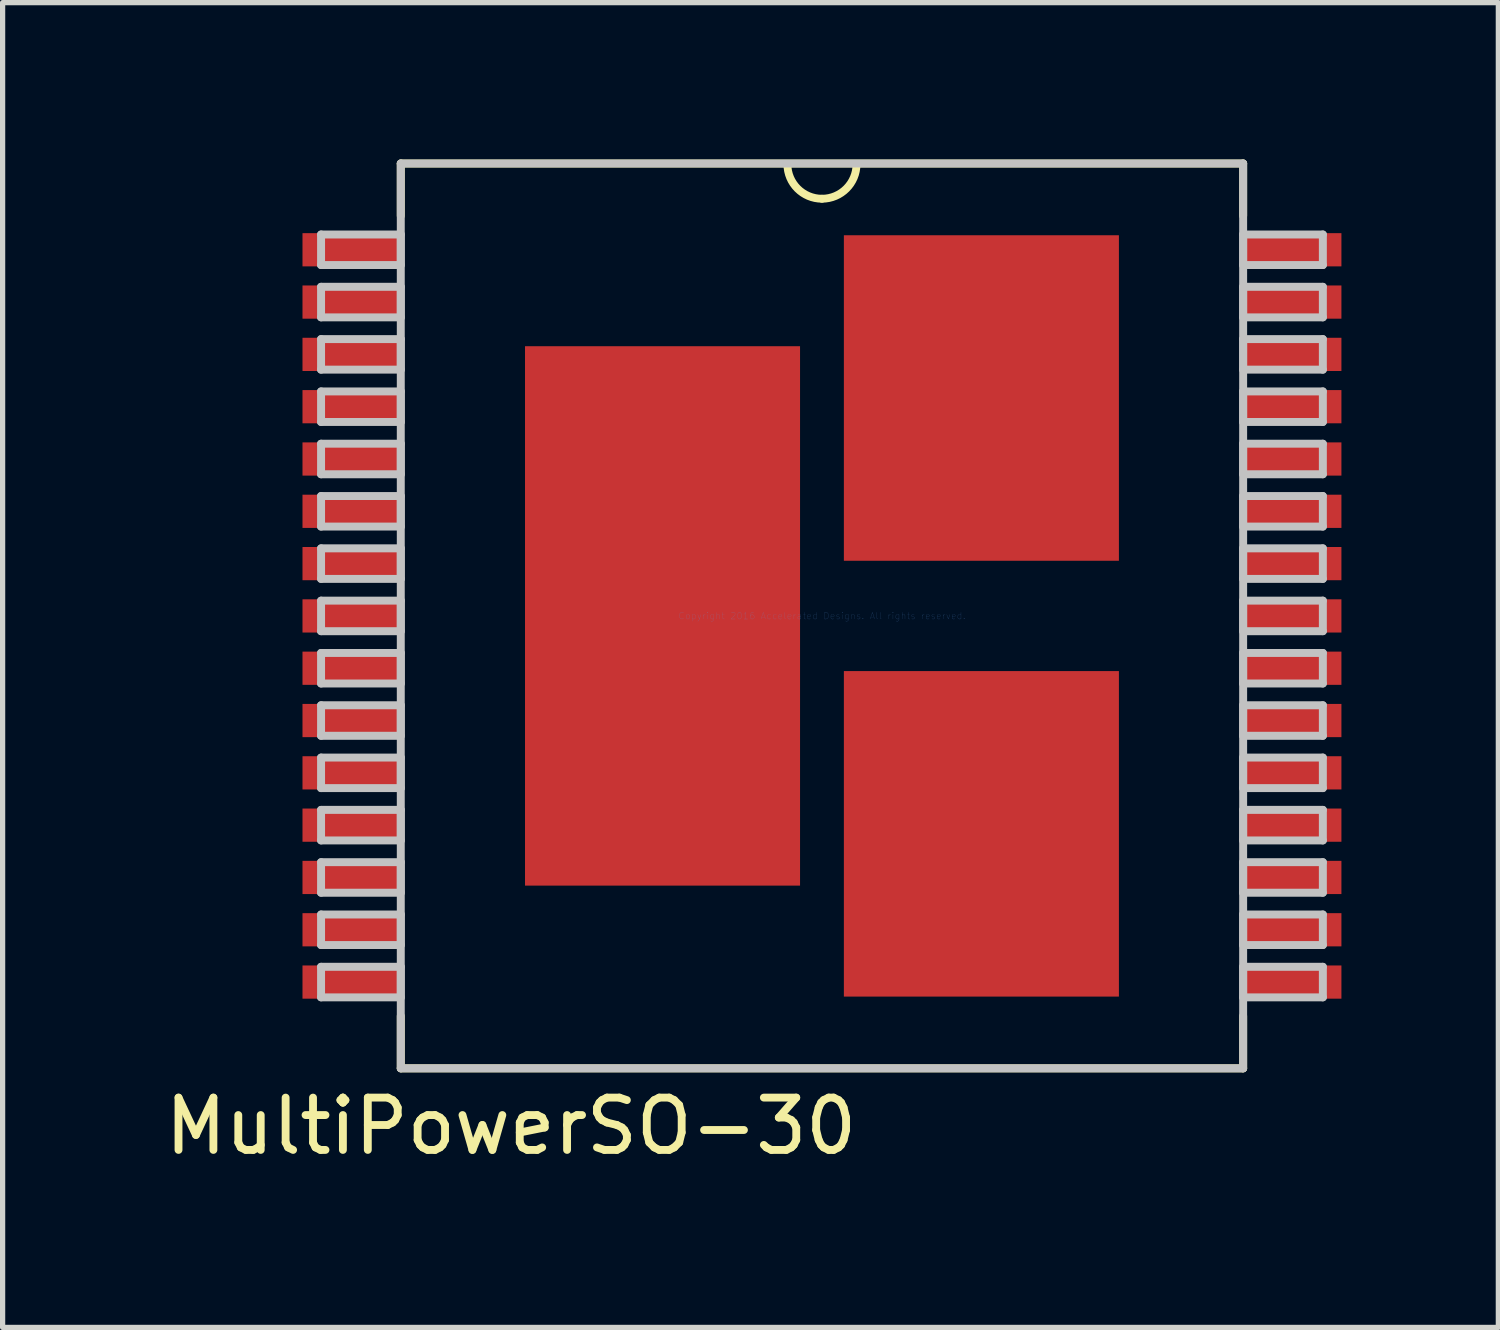
<source format=kicad_pcb>
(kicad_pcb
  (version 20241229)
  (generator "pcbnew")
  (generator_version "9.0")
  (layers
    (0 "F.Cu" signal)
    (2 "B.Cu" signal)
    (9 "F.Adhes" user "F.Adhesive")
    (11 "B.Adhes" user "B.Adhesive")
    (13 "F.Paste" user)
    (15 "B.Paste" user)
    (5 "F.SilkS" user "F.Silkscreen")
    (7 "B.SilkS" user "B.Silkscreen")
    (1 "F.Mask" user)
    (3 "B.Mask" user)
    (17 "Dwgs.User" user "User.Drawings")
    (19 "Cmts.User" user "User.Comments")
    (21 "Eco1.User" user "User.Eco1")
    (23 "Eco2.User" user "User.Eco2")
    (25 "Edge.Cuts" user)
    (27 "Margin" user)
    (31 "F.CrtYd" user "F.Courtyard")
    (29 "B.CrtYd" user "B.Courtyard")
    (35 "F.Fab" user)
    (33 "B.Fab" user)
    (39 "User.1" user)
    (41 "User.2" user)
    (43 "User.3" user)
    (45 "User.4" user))
  (footprint "MultiPowerSO-30"
    (layer "F.Cu")
    (at 12.664 8.725)
    (property "Reference" "MultiPowerSO-30" (at -5.944 9.754 0) (layer "F.SilkS") (effects (font (size 1 1) (thickness 0.15))))
    (attr through_hole)
    (fp_line (start -8.052 -8.649) (end -8.052 -7.649) (stroke (width 0.152) (type solid)) (layer "F.SilkS"))
    (fp_line (start -8.052 7.649) (end -8.052 8.649) (stroke (width 0.152) (type solid)) (layer "F.SilkS"))
    (fp_line (start -8.052 8.649) (end 8.052 8.649) (stroke (width 0.152) (type solid)) (layer "F.SilkS"))
    (fp_line (start 8.052 -8.649) (end -8.052 -8.649) (stroke (width 0.152) (type solid)) (layer "F.SilkS"))
    (fp_line (start 8.052 -7.649) (end 8.052 -8.649) (stroke (width 0.152) (type solid)) (layer "F.SilkS"))
    (fp_line (start 8.052 8.649) (end 8.052 7.649) (stroke (width 0.152) (type solid)) (layer "F.SilkS"))
    (fp_arc (start 0 -7.9756) (mid -0.466973 -8.169027) (end -0.6604 -8.636) (stroke (width 0.15) (type solid)) (layer "F.SilkS"))
    (fp_arc (start 0.6604 -8.636) (mid 0.466973 -8.169027) (end 0 -7.9756) (stroke (width 0.15) (type solid)) (layer "F.SilkS"))
    (fp_line (start -9.576 -7.292) (end -9.576 -6.708) (stroke (width 0.152) (type solid)) (layer "Dwgs.User"))
    (fp_line (start -9.576 -6.708) (end -8.052 -6.708) (stroke (width 0.152) (type solid)) (layer "Dwgs.User"))
    (fp_line (start -9.576 -6.292) (end -9.576 -5.708) (stroke (width 0.152) (type solid)) (layer "Dwgs.User"))
    (fp_line (start -9.576 -5.708) (end -8.052 -5.708) (stroke (width 0.152) (type solid)) (layer "Dwgs.User"))
    (fp_line (start -9.576 -5.292) (end -9.576 -4.708) (stroke (width 0.152) (type solid)) (layer "Dwgs.User"))
    (fp_line (start -9.576 -4.708) (end -8.052 -4.708) (stroke (width 0.152) (type solid)) (layer "Dwgs.User"))
    (fp_line (start -9.576 -4.292) (end -9.576 -3.708) (stroke (width 0.152) (type solid)) (layer "Dwgs.User"))
    (fp_line (start -9.576 -3.708) (end -8.052 -3.708) (stroke (width 0.152) (type solid)) (layer "Dwgs.User"))
    (fp_line (start -9.576 -3.292) (end -9.576 -2.708) (stroke (width 0.152) (type solid)) (layer "Dwgs.User"))
    (fp_line (start -9.576 -2.708) (end -8.052 -2.708) (stroke (width 0.152) (type solid)) (layer "Dwgs.User"))
    (fp_line (start -9.576 -2.292) (end -9.576 -1.708) (stroke (width 0.152) (type solid)) (layer "Dwgs.User"))
    (fp_line (start -9.576 -1.708) (end -8.052 -1.708) (stroke (width 0.152) (type solid)) (layer "Dwgs.User"))
    (fp_line (start -9.576 -1.292) (end -9.576 -0.708) (stroke (width 0.152) (type solid)) (layer "Dwgs.User"))
    (fp_line (start -9.576 -0.708) (end -8.052 -0.708) (stroke (width 0.152) (type solid)) (layer "Dwgs.User"))
    (fp_line (start -9.576 -0.292) (end -9.576 0.292) (stroke (width 0.152) (type solid)) (layer "Dwgs.User"))
    (fp_line (start -9.576 0.292) (end -8.052 0.292) (stroke (width 0.152) (type solid)) (layer "Dwgs.User"))
    (fp_line (start -9.576 0.708) (end -9.576 1.292) (stroke (width 0.152) (type solid)) (layer "Dwgs.User"))
    (fp_line (start -9.576 1.292) (end -8.052 1.292) (stroke (width 0.152) (type solid)) (layer "Dwgs.User"))
    (fp_line (start -9.576 1.708) (end -9.576 2.292) (stroke (width 0.152) (type solid)) (layer "Dwgs.User"))
    (fp_line (start -9.576 2.292) (end -8.052 2.292) (stroke (width 0.152) (type solid)) (layer "Dwgs.User"))
    (fp_line (start -9.576 2.708) (end -9.576 3.292) (stroke (width 0.152) (type solid)) (layer "Dwgs.User"))
    (fp_line (start -9.576 3.292) (end -8.052 3.292) (stroke (width 0.152) (type solid)) (layer "Dwgs.User"))
    (fp_line (start -9.576 3.708) (end -9.576 4.292) (stroke (width 0.152) (type solid)) (layer "Dwgs.User"))
    (fp_line (start -9.576 4.292) (end -8.052 4.292) (stroke (width 0.152) (type solid)) (layer "Dwgs.User"))
    (fp_line (start -9.576 4.708) (end -9.576 5.292) (stroke (width 0.152) (type solid)) (layer "Dwgs.User"))
    (fp_line (start -9.576 5.292) (end -8.052 5.292) (stroke (width 0.152) (type solid)) (layer "Dwgs.User"))
    (fp_line (start -9.576 5.708) (end -9.576 6.292) (stroke (width 0.152) (type solid)) (layer "Dwgs.User"))
    (fp_line (start -9.576 6.292) (end -8.052 6.292) (stroke (width 0.152) (type solid)) (layer "Dwgs.User"))
    (fp_line (start -9.576 6.708) (end -9.576 7.292) (stroke (width 0.152) (type solid)) (layer "Dwgs.User"))
    (fp_line (start -9.576 7.292) (end -8.052 7.292) (stroke (width 0.152) (type solid)) (layer "Dwgs.User"))
    (fp_line (start -8.052 -8.649) (end -8.052 8.649) (stroke (width 0.152) (type solid)) (layer "Dwgs.User"))
    (fp_line (start -8.052 -7.292) (end -9.576 -7.292) (stroke (width 0.152) (type solid)) (layer "Dwgs.User"))
    (fp_line (start -8.052 -6.708) (end -8.052 -7.292) (stroke (width 0.152) (type solid)) (layer "Dwgs.User"))
    (fp_line (start -8.052 -6.292) (end -9.576 -6.292) (stroke (width 0.152) (type solid)) (layer "Dwgs.User"))
    (fp_line (start -8.052 -5.708) (end -8.052 -6.292) (stroke (width 0.152) (type solid)) (layer "Dwgs.User"))
    (fp_line (start -8.052 -5.292) (end -9.576 -5.292) (stroke (width 0.152) (type solid)) (layer "Dwgs.User"))
    (fp_line (start -8.052 -4.708) (end -8.052 -5.292) (stroke (width 0.152) (type solid)) (layer "Dwgs.User"))
    (fp_line (start -8.052 -4.292) (end -9.576 -4.292) (stroke (width 0.152) (type solid)) (layer "Dwgs.User"))
    (fp_line (start -8.052 -3.708) (end -8.052 -4.292) (stroke (width 0.152) (type solid)) (layer "Dwgs.User"))
    (fp_line (start -8.052 -3.292) (end -9.576 -3.292) (stroke (width 0.152) (type solid)) (layer "Dwgs.User"))
    (fp_line (start -8.052 -2.708) (end -8.052 -3.292) (stroke (width 0.152) (type solid)) (layer "Dwgs.User"))
    (fp_line (start -8.052 -2.292) (end -9.576 -2.292) (stroke (width 0.152) (type solid)) (layer "Dwgs.User"))
    (fp_line (start -8.052 -1.708) (end -8.052 -2.292) (stroke (width 0.152) (type solid)) (layer "Dwgs.User"))
    (fp_line (start -8.052 -1.292) (end -9.576 -1.292) (stroke (width 0.152) (type solid)) (layer "Dwgs.User"))
    (fp_line (start -8.052 -0.708) (end -8.052 -1.292) (stroke (width 0.152) (type solid)) (layer "Dwgs.User"))
    (fp_line (start -8.052 -0.292) (end -9.576 -0.292) (stroke (width 0.152) (type solid)) (layer "Dwgs.User"))
    (fp_line (start -8.052 0.292) (end -8.052 -0.292) (stroke (width 0.152) (type solid)) (layer "Dwgs.User"))
    (fp_line (start -8.052 0.708) (end -9.576 0.708) (stroke (width 0.152) (type solid)) (layer "Dwgs.User"))
    (fp_line (start -8.052 1.292) (end -8.052 0.708) (stroke (width 0.152) (type solid)) (layer "Dwgs.User"))
    (fp_line (start -8.052 1.708) (end -9.576 1.708) (stroke (width 0.152) (type solid)) (layer "Dwgs.User"))
    (fp_line (start -8.052 2.292) (end -8.052 1.708) (stroke (width 0.152) (type solid)) (layer "Dwgs.User"))
    (fp_line (start -8.052 2.708) (end -9.576 2.708) (stroke (width 0.152) (type solid)) (layer "Dwgs.User"))
    (fp_line (start -8.052 3.292) (end -8.052 2.708) (stroke (width 0.152) (type solid)) (layer "Dwgs.User"))
    (fp_line (start -8.052 3.708) (end -9.576 3.708) (stroke (width 0.152) (type solid)) (layer "Dwgs.User"))
    (fp_line (start -8.052 4.292) (end -8.052 3.708) (stroke (width 0.152) (type solid)) (layer "Dwgs.User"))
    (fp_line (start -8.052 4.708) (end -9.576 4.708) (stroke (width 0.152) (type solid)) (layer "Dwgs.User"))
    (fp_line (start -8.052 5.292) (end -8.052 4.708) (stroke (width 0.152) (type solid)) (layer "Dwgs.User"))
    (fp_line (start -8.052 5.708) (end -9.576 5.708) (stroke (width 0.152) (type solid)) (layer "Dwgs.User"))
    (fp_line (start -8.052 6.292) (end -8.052 5.708) (stroke (width 0.152) (type solid)) (layer "Dwgs.User"))
    (fp_line (start -8.052 6.708) (end -9.576 6.708) (stroke (width 0.152) (type solid)) (layer "Dwgs.User"))
    (fp_line (start -8.052 7.292) (end -8.052 6.708) (stroke (width 0.152) (type solid)) (layer "Dwgs.User"))
    (fp_line (start -8.052 8.649) (end 8.052 8.649) (stroke (width 0.152) (type solid)) (layer "Dwgs.User"))
    (fp_line (start 8.052 -8.649) (end -8.052 -8.649) (stroke (width 0.152) (type solid)) (layer "Dwgs.User"))
    (fp_line (start 8.052 -7.292) (end 8.052 -6.708) (stroke (width 0.152) (type solid)) (layer "Dwgs.User"))
    (fp_line (start 8.052 -6.708) (end 9.576 -6.708) (stroke (width 0.152) (type solid)) (layer "Dwgs.User"))
    (fp_line (start 8.052 -6.292) (end 8.052 -5.708) (stroke (width 0.152) (type solid)) (layer "Dwgs.User"))
    (fp_line (start 8.052 -5.708) (end 9.576 -5.708) (stroke (width 0.152) (type solid)) (layer "Dwgs.User"))
    (fp_line (start 8.052 -5.292) (end 8.052 -4.708) (stroke (width 0.152) (type solid)) (layer "Dwgs.User"))
    (fp_line (start 8.052 -4.708) (end 9.576 -4.708) (stroke (width 0.152) (type solid)) (layer "Dwgs.User"))
    (fp_line (start 8.052 -4.292) (end 8.052 -3.708) (stroke (width 0.152) (type solid)) (layer "Dwgs.User"))
    (fp_line (start 8.052 -3.708) (end 9.576 -3.708) (stroke (width 0.152) (type solid)) (layer "Dwgs.User"))
    (fp_line (start 8.052 -3.292) (end 8.052 -2.708) (stroke (width 0.152) (type solid)) (layer "Dwgs.User"))
    (fp_line (start 8.052 -2.708) (end 9.576 -2.708) (stroke (width 0.152) (type solid)) (layer "Dwgs.User"))
    (fp_line (start 8.052 -2.292) (end 8.052 -1.708) (stroke (width 0.152) (type solid)) (layer "Dwgs.User"))
    (fp_line (start 8.052 -1.708) (end 9.576 -1.708) (stroke (width 0.152) (type solid)) (layer "Dwgs.User"))
    (fp_line (start 8.052 -1.292) (end 8.052 -0.708) (stroke (width 0.152) (type solid)) (layer "Dwgs.User"))
    (fp_line (start 8.052 -0.708) (end 9.576 -0.708) (stroke (width 0.152) (type solid)) (layer "Dwgs.User"))
    (fp_line (start 8.052 -0.292) (end 8.052 0.292) (stroke (width 0.152) (type solid)) (layer "Dwgs.User"))
    (fp_line (start 8.052 0.292) (end 9.576 0.292) (stroke (width 0.152) (type solid)) (layer "Dwgs.User"))
    (fp_line (start 8.052 0.708) (end 8.052 1.292) (stroke (width 0.152) (type solid)) (layer "Dwgs.User"))
    (fp_line (start 8.052 1.292) (end 9.576 1.292) (stroke (width 0.152) (type solid)) (layer "Dwgs.User"))
    (fp_line (start 8.052 1.708) (end 8.052 2.292) (stroke (width 0.152) (type solid)) (layer "Dwgs.User"))
    (fp_line (start 8.052 2.292) (end 9.576 2.292) (stroke (width 0.152) (type solid)) (layer "Dwgs.User"))
    (fp_line (start 8.052 2.708) (end 8.052 3.292) (stroke (width 0.152) (type solid)) (layer "Dwgs.User"))
    (fp_line (start 8.052 3.292) (end 9.576 3.292) (stroke (width 0.152) (type solid)) (layer "Dwgs.User"))
    (fp_line (start 8.052 3.708) (end 8.052 4.292) (stroke (width 0.152) (type solid)) (layer "Dwgs.User"))
    (fp_line (start 8.052 4.292) (end 9.576 4.292) (stroke (width 0.152) (type solid)) (layer "Dwgs.User"))
    (fp_line (start 8.052 4.708) (end 8.052 5.292) (stroke (width 0.152) (type solid)) (layer "Dwgs.User"))
    (fp_line (start 8.052 5.292) (end 9.576 5.292) (stroke (width 0.152) (type solid)) (layer "Dwgs.User"))
    (fp_line (start 8.052 5.708) (end 8.052 6.292) (stroke (width 0.152) (type solid)) (layer "Dwgs.User"))
    (fp_line (start 8.052 6.292) (end 9.576 6.292) (stroke (width 0.152) (type solid)) (layer "Dwgs.User"))
    (fp_line (start 8.052 6.708) (end 8.052 7.292) (stroke (width 0.152) (type solid)) (layer "Dwgs.User"))
    (fp_line (start 8.052 7.292) (end 9.576 7.292) (stroke (width 0.152) (type solid)) (layer "Dwgs.User"))
    (fp_line (start 8.052 8.649) (end 8.052 -8.649) (stroke (width 0.152) (type solid)) (layer "Dwgs.User"))
    (fp_line (start 9.576 -7.292) (end 8.052 -7.292) (stroke (width 0.152) (type solid)) (layer "Dwgs.User"))
    (fp_line (start 9.576 -6.708) (end 9.576 -7.292) (stroke (width 0.152) (type solid)) (layer "Dwgs.User"))
    (fp_line (start 9.576 -6.292) (end 8.052 -6.292) (stroke (width 0.152) (type solid)) (layer "Dwgs.User"))
    (fp_line (start 9.576 -5.708) (end 9.576 -6.292) (stroke (width 0.152) (type solid)) (layer "Dwgs.User"))
    (fp_line (start 9.576 -5.292) (end 8.052 -5.292) (stroke (width 0.152) (type solid)) (layer "Dwgs.User"))
    (fp_line (start 9.576 -4.708) (end 9.576 -5.292) (stroke (width 0.152) (type solid)) (layer "Dwgs.User"))
    (fp_line (start 9.576 -4.292) (end 8.052 -4.292) (stroke (width 0.152) (type solid)) (layer "Dwgs.User"))
    (fp_line (start 9.576 -3.708) (end 9.576 -4.292) (stroke (width 0.152) (type solid)) (layer "Dwgs.User"))
    (fp_line (start 9.576 -3.292) (end 8.052 -3.292) (stroke (width 0.152) (type solid)) (layer "Dwgs.User"))
    (fp_line (start 9.576 -2.708) (end 9.576 -3.292) (stroke (width 0.152) (type solid)) (layer "Dwgs.User"))
    (fp_line (start 9.576 -2.292) (end 8.052 -2.292) (stroke (width 0.152) (type solid)) (layer "Dwgs.User"))
    (fp_line (start 9.576 -1.708) (end 9.576 -2.292) (stroke (width 0.152) (type solid)) (layer "Dwgs.User"))
    (fp_line (start 9.576 -1.292) (end 8.052 -1.292) (stroke (width 0.152) (type solid)) (layer "Dwgs.User"))
    (fp_line (start 9.576 -0.708) (end 9.576 -1.292) (stroke (width 0.152) (type solid)) (layer "Dwgs.User"))
    (fp_line (start 9.576 -0.292) (end 8.052 -0.292) (stroke (width 0.152) (type solid)) (layer "Dwgs.User"))
    (fp_line (start 9.576 0.292) (end 9.576 -0.292) (stroke (width 0.152) (type solid)) (layer "Dwgs.User"))
    (fp_line (start 9.576 0.708) (end 8.052 0.708) (stroke (width 0.152) (type solid)) (layer "Dwgs.User"))
    (fp_line (start 9.576 1.292) (end 9.576 0.708) (stroke (width 0.152) (type solid)) (layer "Dwgs.User"))
    (fp_line (start 9.576 1.708) (end 8.052 1.708) (stroke (width 0.152) (type solid)) (layer "Dwgs.User"))
    (fp_line (start 9.576 2.292) (end 9.576 1.708) (stroke (width 0.152) (type solid)) (layer "Dwgs.User"))
    (fp_line (start 9.576 2.708) (end 8.052 2.708) (stroke (width 0.152) (type solid)) (layer "Dwgs.User"))
    (fp_line (start 9.576 3.292) (end 9.576 2.708) (stroke (width 0.152) (type solid)) (layer "Dwgs.User"))
    (fp_line (start 9.576 3.708) (end 8.052 3.708) (stroke (width 0.152) (type solid)) (layer "Dwgs.User"))
    (fp_line (start 9.576 4.292) (end 9.576 3.708) (stroke (width 0.152) (type solid)) (layer "Dwgs.User"))
    (fp_line (start 9.576 4.708) (end 8.052 4.708) (stroke (width 0.152) (type solid)) (layer "Dwgs.User"))
    (fp_line (start 9.576 5.292) (end 9.576 4.708) (stroke (width 0.152) (type solid)) (layer "Dwgs.User"))
    (fp_line (start 9.576 5.708) (end 8.052 5.708) (stroke (width 0.152) (type solid)) (layer "Dwgs.User"))
    (fp_line (start 9.576 6.292) (end 9.576 5.708) (stroke (width 0.152) (type solid)) (layer "Dwgs.User"))
    (fp_line (start 9.576 6.708) (end 8.052 6.708) (stroke (width 0.152) (type solid)) (layer "Dwgs.User"))
    (fp_line (start 9.576 7.292) (end 9.576 6.708) (stroke (width 0.152) (type solid)) (layer "Dwgs.User"))
    (fp_text user "Copyright 2016 Accelerated Designs. All rights reserved." (at 0 0 0) (layer "Cmts.User") (effects (font (size 0.127 0.127) (thickness 0.002))))
    (pad "1" smd rect (at -9.004 -7) (size 1.854 0.635) (layers "F.Cu" "F.Mask" "F.Paste"))
    (pad "2" smd rect (at -9.004 -6) (size 1.854 0.635) (layers "F.Cu" "F.Mask" "F.Paste"))
    (pad "3" smd rect (at -9.004 -5) (size 1.854 0.635) (layers "F.Cu" "F.Mask" "F.Paste"))
    (pad "4" smd rect (at -9.004 -4) (size 1.854 0.635) (layers "F.Cu" "F.Mask" "F.Paste"))
    (pad "5" smd rect (at -9.004 -3) (size 1.854 0.635) (layers "F.Cu" "F.Mask" "F.Paste"))
    (pad "6" smd rect (at -9.004 -2) (size 1.854 0.635) (layers "F.Cu" "F.Mask" "F.Paste"))
    (pad "7" smd rect (at -9.004 -1) (size 1.854 0.635) (layers "F.Cu" "F.Mask" "F.Paste"))
    (pad "8" smd rect (at -9.004 0) (size 1.854 0.635) (layers "F.Cu" "F.Mask" "F.Paste"))
    (pad "9" smd rect (at -9.004 1) (size 1.854 0.635) (layers "F.Cu" "F.Mask" "F.Paste"))
    (pad "10" smd rect (at -9.004 2) (size 1.854 0.635) (layers "F.Cu" "F.Mask" "F.Paste"))
    (pad "11" smd rect (at -9.004 3) (size 1.854 0.635) (layers "F.Cu" "F.Mask" "F.Paste"))
    (pad "12" smd rect (at -9.004 4) (size 1.854 0.635) (layers "F.Cu" "F.Mask" "F.Paste"))
    (pad "13" smd rect (at -9.004 5) (size 1.854 0.635) (layers "F.Cu" "F.Mask" "F.Paste"))
    (pad "14" smd rect (at -9.004 6) (size 1.854 0.635) (layers "F.Cu" "F.Mask" "F.Paste"))
    (pad "15" smd rect (at -9.004 7) (size 1.854 0.635) (layers "F.Cu" "F.Mask" "F.Paste"))
    (pad "16" smd rect (at 9.004 7) (size 1.854 0.635) (layers "F.Cu" "F.Mask" "F.Paste"))
    (pad "17" smd rect (at 9.004 6) (size 1.854 0.635) (layers "F.Cu" "F.Mask" "F.Paste"))
    (pad "18" smd rect (at 9.004 5) (size 1.854 0.635) (layers "F.Cu" "F.Mask" "F.Paste"))
    (pad "19" smd rect (at 9.004 4) (size 1.854 0.635) (layers "F.Cu" "F.Mask" "F.Paste"))
    (pad "20" smd rect (at 9.004 3) (size 1.854 0.635) (layers "F.Cu" "F.Mask" "F.Paste"))
    (pad "21" smd rect (at 9.004 2) (size 1.854 0.635) (layers "F.Cu" "F.Mask" "F.Paste"))
    (pad "22" smd rect (at 9.004 1) (size 1.854 0.635) (layers "F.Cu" "F.Mask" "F.Paste"))
    (pad "23" smd rect (at 9.004 0) (size 1.854 0.635) (layers "F.Cu" "F.Mask" "F.Paste"))
    (pad "24" smd rect (at 9.004 -1) (size 1.854 0.635) (layers "F.Cu" "F.Mask" "F.Paste"))
    (pad "25" smd rect (at 9.004 -2) (size 1.854 0.635) (layers "F.Cu" "F.Mask" "F.Paste"))
    (pad "26" smd rect (at 9.004 -3) (size 1.854 0.635) (layers "F.Cu" "F.Mask" "F.Paste"))
    (pad "27" smd rect (at 9.004 -4) (size 1.854 0.635) (layers "F.Cu" "F.Mask" "F.Paste"))
    (pad "28" smd rect (at 9.004 -5) (size 1.854 0.635) (layers "F.Cu" "F.Mask" "F.Paste"))
    (pad "29" smd rect (at 9.004 -6) (size 1.854 0.635) (layers "F.Cu" "F.Mask" "F.Paste"))
    (pad "30" smd rect (at 9.004 -7) (size 1.854 0.635) (layers "F.Cu" "F.Mask" "F.Paste"))
    (pad "31" smd rect (at 3.048 -4.166) (size 5.258 6.223) (layers "F.Cu" "F.Mask" "F.Paste"))
    (pad "32" smd rect (at -3.048 0) (size 5.258 10.312) (layers "F.Cu" "F.Mask" "F.Paste"))
    (pad "33" smd rect (at 3.048 4.166) (size 5.258 6.223) (layers "F.Cu" "F.Mask" "F.Paste")))
  (gr_rect
    (start -3 -3)
    (end 25.595 22.327)
    (stroke (width 0.1) (type default))
    (fill no)
    (layer "Edge.Cuts")))
</source>
